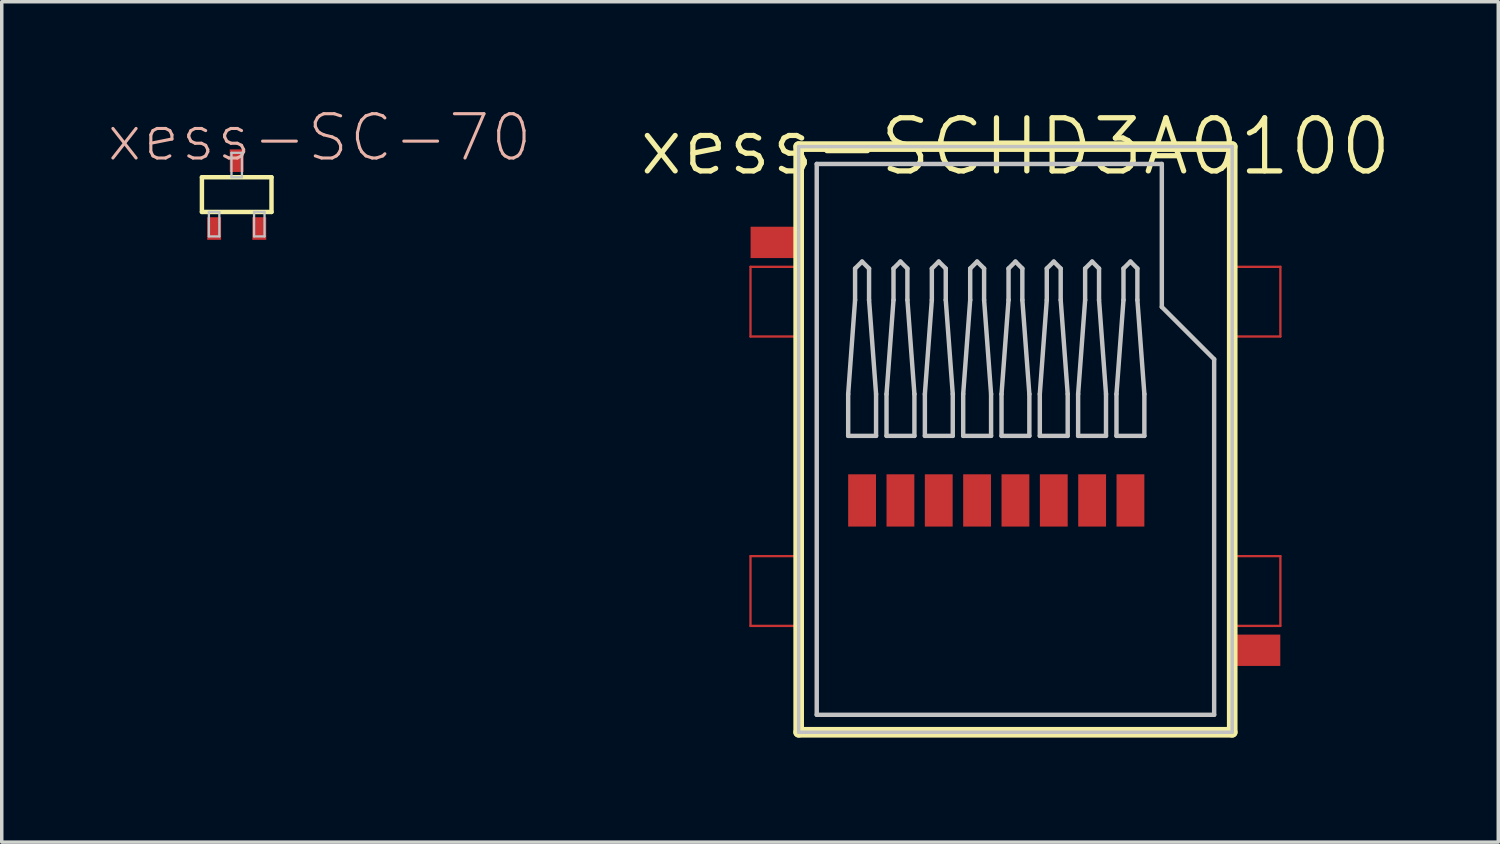
<source format=kicad_pcb>
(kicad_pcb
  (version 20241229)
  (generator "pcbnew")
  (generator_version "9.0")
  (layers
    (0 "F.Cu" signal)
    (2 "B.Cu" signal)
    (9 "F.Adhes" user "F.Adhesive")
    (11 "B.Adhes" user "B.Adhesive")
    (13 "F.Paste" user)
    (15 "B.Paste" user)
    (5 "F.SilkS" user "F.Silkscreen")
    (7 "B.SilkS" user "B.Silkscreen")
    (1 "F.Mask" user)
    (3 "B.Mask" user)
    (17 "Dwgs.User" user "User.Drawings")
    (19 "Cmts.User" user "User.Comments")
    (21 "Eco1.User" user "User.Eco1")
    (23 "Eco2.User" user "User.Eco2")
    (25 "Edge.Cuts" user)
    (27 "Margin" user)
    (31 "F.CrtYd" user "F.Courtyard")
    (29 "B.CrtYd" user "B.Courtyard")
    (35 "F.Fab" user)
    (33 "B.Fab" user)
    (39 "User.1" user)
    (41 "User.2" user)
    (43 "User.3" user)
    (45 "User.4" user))
  (footprint "xess-SCHD3A0100"
    (layer "F.Cu")
    (at 26.078 1.155)
    (property "Reference" "xess-SCHD3A0100" (at 0 0 0) (layer "F.SilkS") (effects (font (size 1.524 1.524) (thickness 0.15))))
    (attr smd)
    (fp_line (start -7.6 3.449) (end -6.149 3.449) (stroke (width 0.066) (type solid)) (layer "F.Cu"))
    (fp_line (start -7.6 5.448) (end -7.6 3.449) (stroke (width 0.066) (type solid)) (layer "F.Cu"))
    (fp_line (start -7.6 5.448) (end -6.149 5.448) (stroke (width 0.066) (type solid)) (layer "F.Cu"))
    (fp_line (start -7.6 11.748) (end -6.149 11.748) (stroke (width 0.066) (type solid)) (layer "F.Cu"))
    (fp_line (start -7.6 13.749) (end -7.6 11.748) (stroke (width 0.066) (type solid)) (layer "F.Cu"))
    (fp_line (start -7.6 13.749) (end -6.149 13.749) (stroke (width 0.066) (type solid)) (layer "F.Cu"))
    (fp_line (start -6.149 5.448) (end -6.149 3.449) (stroke (width 0.066) (type solid)) (layer "F.Cu"))
    (fp_line (start -6.149 13.749) (end -6.149 11.748) (stroke (width 0.066) (type solid)) (layer "F.Cu"))
    (fp_line (start 6.149 3.449) (end 7.6 3.449) (stroke (width 0.066) (type solid)) (layer "F.Cu"))
    (fp_line (start 6.149 5.448) (end 6.149 3.449) (stroke (width 0.066) (type solid)) (layer "F.Cu"))
    (fp_line (start 6.149 5.448) (end 7.6 5.448) (stroke (width 0.066) (type solid)) (layer "F.Cu"))
    (fp_line (start 6.149 11.748) (end 7.6 11.748) (stroke (width 0.066) (type solid)) (layer "F.Cu"))
    (fp_line (start 6.149 13.749) (end 6.149 11.748) (stroke (width 0.066) (type solid)) (layer "F.Cu"))
    (fp_line (start 6.149 13.749) (end 7.6 13.749) (stroke (width 0.066) (type solid)) (layer "F.Cu"))
    (fp_line (start 7.6 5.448) (end 7.6 3.449) (stroke (width 0.066) (type solid)) (layer "F.Cu"))
    (fp_line (start 7.6 13.749) (end 7.6 11.748) (stroke (width 0.066) (type solid)) (layer "F.Cu"))
    (fp_line (start -6.218 0) (end -6.218 16.8) (stroke (width 0.305) (type solid)) (layer "F.SilkS"))
    (fp_line (start -6.218 16.8) (end 6.218 16.8) (stroke (width 0.305) (type solid)) (layer "F.SilkS"))
    (fp_line (start 6.218 0) (end -6.218 0) (stroke (width 0.305) (type solid)) (layer "F.SilkS"))
    (fp_line (start 6.218 16.8) (end 6.218 0) (stroke (width 0.305) (type solid)) (layer "F.SilkS"))
    (fp_line (start -6.218 0) (end -6.218 16.8) (stroke (width 0.1) (type solid)) (layer "Dwgs.User"))
    (fp_line (start -6.218 16.8) (end 6.218 16.8) (stroke (width 0.1) (type solid)) (layer "Dwgs.User"))
    (fp_line (start -5.7 0.498) (end 4.199 0.498) (stroke (width 0.127) (type solid)) (layer "Dwgs.User"))
    (fp_line (start -5.7 16.299) (end -5.7 0.498) (stroke (width 0.127) (type solid)) (layer "Dwgs.User"))
    (fp_line (start -4.798 7.099) (end -4.6 4.399) (stroke (width 0.127) (type solid)) (layer "Dwgs.User"))
    (fp_line (start -4.798 8.298) (end -4.798 7.099) (stroke (width 0.127) (type solid)) (layer "Dwgs.User"))
    (fp_line (start -4.6 3.498) (end -4.399 3.299) (stroke (width 0.127) (type solid)) (layer "Dwgs.User"))
    (fp_line (start -4.6 4.399) (end -4.6 3.498) (stroke (width 0.127) (type solid)) (layer "Dwgs.User"))
    (fp_line (start -4.399 3.299) (end -4.199 3.498) (stroke (width 0.127) (type solid)) (layer "Dwgs.User"))
    (fp_line (start -4.199 3.498) (end -4.199 4.399) (stroke (width 0.127) (type solid)) (layer "Dwgs.User"))
    (fp_line (start -4.199 4.399) (end -3.998 7.099) (stroke (width 0.127) (type solid)) (layer "Dwgs.User"))
    (fp_line (start -3.998 7.099) (end -3.998 8.298) (stroke (width 0.127) (type solid)) (layer "Dwgs.User"))
    (fp_line (start -3.998 8.298) (end -4.798 8.298) (stroke (width 0.127) (type solid)) (layer "Dwgs.User"))
    (fp_line (start -3.698 7.099) (end -3.498 4.399) (stroke (width 0.127) (type solid)) (layer "Dwgs.User"))
    (fp_line (start -3.698 8.298) (end -3.698 7.099) (stroke (width 0.127) (type solid)) (layer "Dwgs.User"))
    (fp_line (start -3.498 3.498) (end -3.299 3.299) (stroke (width 0.127) (type solid)) (layer "Dwgs.User"))
    (fp_line (start -3.498 4.399) (end -3.498 3.498) (stroke (width 0.127) (type solid)) (layer "Dwgs.User"))
    (fp_line (start -3.299 3.299) (end -3.099 3.498) (stroke (width 0.127) (type solid)) (layer "Dwgs.User"))
    (fp_line (start -3.099 3.498) (end -3.099 4.399) (stroke (width 0.127) (type solid)) (layer "Dwgs.User"))
    (fp_line (start -3.099 4.399) (end -2.898 7.099) (stroke (width 0.127) (type solid)) (layer "Dwgs.User"))
    (fp_line (start -2.898 7.099) (end -2.898 8.298) (stroke (width 0.127) (type solid)) (layer "Dwgs.User"))
    (fp_line (start -2.898 8.298) (end -3.698 8.298) (stroke (width 0.127) (type solid)) (layer "Dwgs.User"))
    (fp_line (start -2.598 7.099) (end -2.398 4.399) (stroke (width 0.127) (type solid)) (layer "Dwgs.User"))
    (fp_line (start -2.598 8.298) (end -2.598 7.099) (stroke (width 0.127) (type solid)) (layer "Dwgs.User"))
    (fp_line (start -2.398 3.498) (end -2.2 3.299) (stroke (width 0.127) (type solid)) (layer "Dwgs.User"))
    (fp_line (start -2.398 4.399) (end -2.398 3.498) (stroke (width 0.127) (type solid)) (layer "Dwgs.User"))
    (fp_line (start -2.2 3.299) (end -1.999 3.498) (stroke (width 0.127) (type solid)) (layer "Dwgs.User"))
    (fp_line (start -1.999 3.498) (end -1.999 4.399) (stroke (width 0.127) (type solid)) (layer "Dwgs.User"))
    (fp_line (start -1.999 4.399) (end -1.798 7.099) (stroke (width 0.127) (type solid)) (layer "Dwgs.User"))
    (fp_line (start -1.798 7.099) (end -1.798 8.298) (stroke (width 0.127) (type solid)) (layer "Dwgs.User"))
    (fp_line (start -1.798 8.298) (end -2.598 8.298) (stroke (width 0.127) (type solid)) (layer "Dwgs.User"))
    (fp_line (start -1.499 7.099) (end -1.298 4.399) (stroke (width 0.127) (type solid)) (layer "Dwgs.User"))
    (fp_line (start -1.499 8.298) (end -1.499 7.099) (stroke (width 0.127) (type solid)) (layer "Dwgs.User"))
    (fp_line (start -1.298 3.498) (end -1.1 3.299) (stroke (width 0.127) (type solid)) (layer "Dwgs.User"))
    (fp_line (start -1.298 4.399) (end -1.298 3.498) (stroke (width 0.127) (type solid)) (layer "Dwgs.User"))
    (fp_line (start -1.1 3.299) (end -0.899 3.498) (stroke (width 0.127) (type solid)) (layer "Dwgs.User"))
    (fp_line (start -0.899 3.498) (end -0.899 4.399) (stroke (width 0.127) (type solid)) (layer "Dwgs.User"))
    (fp_line (start -0.899 4.399) (end -0.699 7.099) (stroke (width 0.127) (type solid)) (layer "Dwgs.User"))
    (fp_line (start -0.699 7.099) (end -0.699 8.298) (stroke (width 0.127) (type solid)) (layer "Dwgs.User"))
    (fp_line (start -0.699 8.298) (end -1.499 8.298) (stroke (width 0.127) (type solid)) (layer "Dwgs.User"))
    (fp_line (start -0.399 7.099) (end -0.198 4.399) (stroke (width 0.127) (type solid)) (layer "Dwgs.User"))
    (fp_line (start -0.399 8.298) (end -0.399 7.099) (stroke (width 0.127) (type solid)) (layer "Dwgs.User"))
    (fp_line (start -0.198 3.498) (end 0 3.299) (stroke (width 0.127) (type solid)) (layer "Dwgs.User"))
    (fp_line (start -0.198 4.399) (end -0.198 3.498) (stroke (width 0.127) (type solid)) (layer "Dwgs.User"))
    (fp_line (start 0 3.299) (end 0.198 3.498) (stroke (width 0.127) (type solid)) (layer "Dwgs.User"))
    (fp_line (start 0.198 3.498) (end 0.198 4.399) (stroke (width 0.127) (type solid)) (layer "Dwgs.User"))
    (fp_line (start 0.198 4.399) (end 0.399 7.099) (stroke (width 0.127) (type solid)) (layer "Dwgs.User"))
    (fp_line (start 0.399 7.099) (end 0.399 8.298) (stroke (width 0.127) (type solid)) (layer "Dwgs.User"))
    (fp_line (start 0.399 8.298) (end -0.399 8.298) (stroke (width 0.127) (type solid)) (layer "Dwgs.User"))
    (fp_line (start 0.699 7.099) (end 0.899 4.399) (stroke (width 0.127) (type solid)) (layer "Dwgs.User"))
    (fp_line (start 0.699 8.298) (end 0.699 7.099) (stroke (width 0.127) (type solid)) (layer "Dwgs.User"))
    (fp_line (start 0.899 3.498) (end 1.1 3.299) (stroke (width 0.127) (type solid)) (layer "Dwgs.User"))
    (fp_line (start 0.899 4.399) (end 0.899 3.498) (stroke (width 0.127) (type solid)) (layer "Dwgs.User"))
    (fp_line (start 1.1 3.299) (end 1.298 3.498) (stroke (width 0.127) (type solid)) (layer "Dwgs.User"))
    (fp_line (start 1.298 3.498) (end 1.298 4.399) (stroke (width 0.127) (type solid)) (layer "Dwgs.User"))
    (fp_line (start 1.298 4.399) (end 1.499 7.099) (stroke (width 0.127) (type solid)) (layer "Dwgs.User"))
    (fp_line (start 1.499 7.099) (end 1.499 8.298) (stroke (width 0.127) (type solid)) (layer "Dwgs.User"))
    (fp_line (start 1.499 8.298) (end 0.699 8.298) (stroke (width 0.127) (type solid)) (layer "Dwgs.User"))
    (fp_line (start 1.798 7.099) (end 1.999 4.399) (stroke (width 0.127) (type solid)) (layer "Dwgs.User"))
    (fp_line (start 1.798 8.298) (end 1.798 7.099) (stroke (width 0.127) (type solid)) (layer "Dwgs.User"))
    (fp_line (start 1.999 3.498) (end 2.2 3.299) (stroke (width 0.127) (type solid)) (layer "Dwgs.User"))
    (fp_line (start 1.999 4.399) (end 1.999 3.498) (stroke (width 0.127) (type solid)) (layer "Dwgs.User"))
    (fp_line (start 2.2 3.299) (end 2.398 3.498) (stroke (width 0.127) (type solid)) (layer "Dwgs.User"))
    (fp_line (start 2.398 3.498) (end 2.398 4.399) (stroke (width 0.127) (type solid)) (layer "Dwgs.User"))
    (fp_line (start 2.398 4.399) (end 2.598 7.099) (stroke (width 0.127) (type solid)) (layer "Dwgs.User"))
    (fp_line (start 2.598 7.099) (end 2.598 8.298) (stroke (width 0.127) (type solid)) (layer "Dwgs.User"))
    (fp_line (start 2.598 8.298) (end 1.798 8.298) (stroke (width 0.127) (type solid)) (layer "Dwgs.User"))
    (fp_line (start 2.898 7.099) (end 3.099 4.399) (stroke (width 0.127) (type solid)) (layer "Dwgs.User"))
    (fp_line (start 2.898 8.298) (end 2.898 7.099) (stroke (width 0.127) (type solid)) (layer "Dwgs.User"))
    (fp_line (start 3.099 3.498) (end 3.299 3.299) (stroke (width 0.127) (type solid)) (layer "Dwgs.User"))
    (fp_line (start 3.099 4.399) (end 3.099 3.498) (stroke (width 0.127) (type solid)) (layer "Dwgs.User"))
    (fp_line (start 3.299 3.299) (end 3.498 3.498) (stroke (width 0.127) (type solid)) (layer "Dwgs.User"))
    (fp_line (start 3.498 3.498) (end 3.498 4.399) (stroke (width 0.127) (type solid)) (layer "Dwgs.User"))
    (fp_line (start 3.498 4.399) (end 3.698 7.099) (stroke (width 0.127) (type solid)) (layer "Dwgs.User"))
    (fp_line (start 3.698 7.099) (end 3.698 8.298) (stroke (width 0.127) (type solid)) (layer "Dwgs.User"))
    (fp_line (start 3.698 8.298) (end 2.898 8.298) (stroke (width 0.127) (type solid)) (layer "Dwgs.User"))
    (fp_line (start 4.199 0.498) (end 4.199 4.6) (stroke (width 0.127) (type solid)) (layer "Dwgs.User"))
    (fp_line (start 4.199 4.6) (end 5.7 6.099) (stroke (width 0.127) (type solid)) (layer "Dwgs.User"))
    (fp_line (start 5.7 6.099) (end 5.7 16.299) (stroke (width 0.127) (type solid)) (layer "Dwgs.User"))
    (fp_line (start 5.7 16.299) (end -5.7 16.299) (stroke (width 0.127) (type solid)) (layer "Dwgs.User"))
    (fp_line (start 6.218 0) (end -6.218 0) (stroke (width 0.1) (type solid)) (layer "Dwgs.User"))
    (fp_line (start 6.218 16.8) (end 6.218 0) (stroke (width 0.1) (type solid)) (layer "Dwgs.User"))
    (pad "1" smd rect (at 3.299 10.15) (size 0.798 1.499) (layers "F.Cu" "F.Mask" "F.Paste"))
    (pad "2" smd rect (at 2.2 10.15) (size 0.798 1.499) (layers "F.Cu" "F.Mask" "F.Paste"))
    (pad "3" smd rect (at 1.1 10.15) (size 0.798 1.499) (layers "F.Cu" "F.Mask" "F.Paste"))
    (pad "4" smd rect (at 0 10.15) (size 0.798 1.499) (layers "F.Cu" "F.Mask" "F.Paste"))
    (pad "5" smd rect (at -1.1 10.15) (size 0.798 1.499) (layers "F.Cu" "F.Mask" "F.Paste"))
    (pad "6" smd rect (at -2.2 10.15) (size 0.798 1.499) (layers "F.Cu" "F.Mask" "F.Paste"))
    (pad "7" smd rect (at -3.299 10.15) (size 0.798 1.499) (layers "F.Cu" "F.Mask" "F.Paste"))
    (pad "8" smd rect (at -4.399 10.15) (size 0.798 1.499) (layers "F.Cu" "F.Mask" "F.Paste"))
    (pad "G1" smd rect (at 6.873 14.448) (size 1.448 0.899) (layers "F.Cu" "F.Mask" "F.Paste"))
    (pad "G2" smd rect (at -6.873 2.748) (size 1.448 0.899) (layers "F.Cu" "F.Mask" "F.Paste")))
  (footprint "xess-SC-70"
    (layer "F.Cu")
    (at 3.74 2.532)
    (property "Reference" "xess-SC-70" (at 2.375 -1.633 0) (layer "B.SilkS") (effects (font (size 1.27 1.27) (thickness 0.089))))
    (attr smd)
    (fp_line (start -0.998 -0.498) (end -0.998 0.498) (stroke (width 0.127) (type solid)) (layer "F.SilkS"))
    (fp_line (start -0.998 0.498) (end 0.998 0.498) (stroke (width 0.127) (type solid)) (layer "F.SilkS"))
    (fp_line (start 0.998 -0.498) (end -0.998 -0.498) (stroke (width 0.127) (type solid)) (layer "F.SilkS"))
    (fp_line (start 0.998 0.498) (end 0.998 -0.498) (stroke (width 0.127) (type solid)) (layer "F.SilkS"))
    (fp_line (start -0.798 0.498) (end -0.498 0.498) (stroke (width 0.066) (type solid)) (layer "Dwgs.User"))
    (fp_line (start -0.798 1.199) (end -0.798 0.498) (stroke (width 0.066) (type solid)) (layer "Dwgs.User"))
    (fp_line (start -0.798 1.199) (end -0.498 1.199) (stroke (width 0.066) (type solid)) (layer "Dwgs.User"))
    (fp_line (start -0.498 1.199) (end -0.498 0.498) (stroke (width 0.066) (type solid)) (layer "Dwgs.User"))
    (fp_line (start -0.15 -1.199) (end 0.15 -1.199) (stroke (width 0.066) (type solid)) (layer "Dwgs.User"))
    (fp_line (start -0.15 -0.498) (end -0.15 -1.199) (stroke (width 0.066) (type solid)) (layer "Dwgs.User"))
    (fp_line (start -0.15 -0.498) (end 0.15 -0.498) (stroke (width 0.066) (type solid)) (layer "Dwgs.User"))
    (fp_line (start 0.15 -0.498) (end 0.15 -1.199) (stroke (width 0.066) (type solid)) (layer "Dwgs.User"))
    (fp_line (start 0.498 0.498) (end 0.798 0.498) (stroke (width 0.066) (type solid)) (layer "Dwgs.User"))
    (fp_line (start 0.498 1.199) (end 0.498 0.498) (stroke (width 0.066) (type solid)) (layer "Dwgs.User"))
    (fp_line (start 0.498 1.199) (end 0.798 1.199) (stroke (width 0.066) (type solid)) (layer "Dwgs.User"))
    (fp_line (start 0.798 1.199) (end 0.798 0.498) (stroke (width 0.066) (type solid)) (layer "Dwgs.User"))
    (pad "1" smd rect (at -0.648 0.973) (size 0.399 0.648) (layers "F.Cu" "F.Mask" "F.Paste"))
    (pad "2" smd rect (at 0.648 0.973) (size 0.399 0.648) (layers "F.Cu" "F.Mask" "F.Paste"))
    (pad "3" smd rect (at 0 -0.973) (size 0.399 0.648) (layers "F.Cu" "F.Mask" "F.Paste")))
  (gr_rect
    (start -3 -3)
    (end 39.928 21.107)
    (stroke (width 0.1) (type default))
    (fill no)
    (layer "Edge.Cuts")))
</source>
